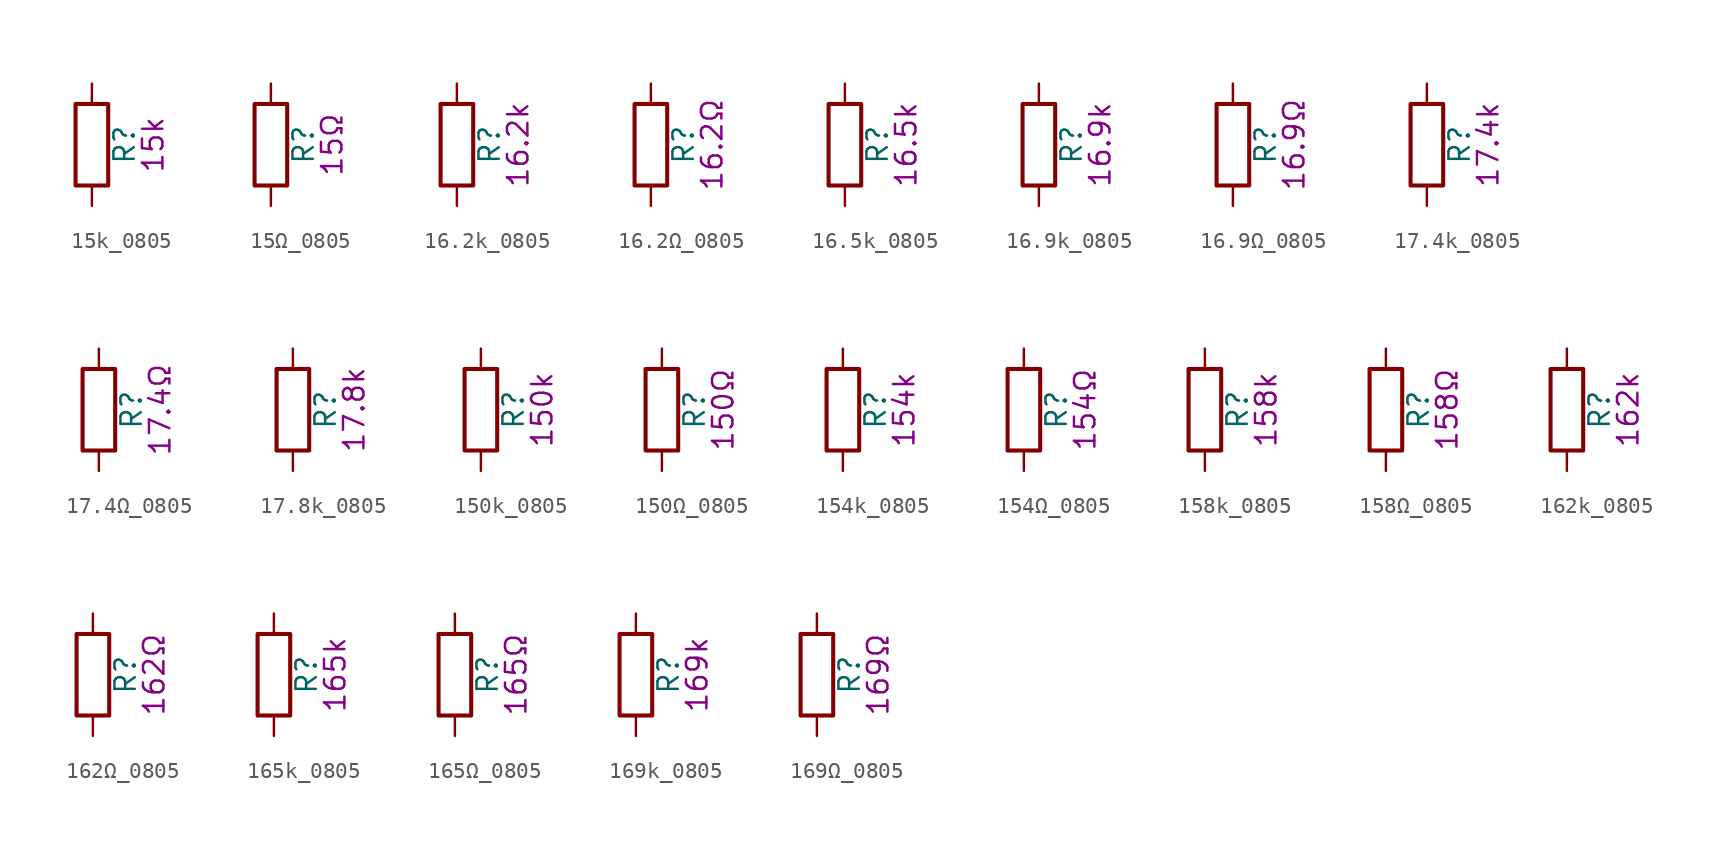
<source format=kicad_sym>
(kicad_symbol_lib
  (version 20211014)
  (generator kicad_symbol_editor)
  (symbol "15k_0805"
    (pin_numbers hide)
    (pin_names
      (offset 0))
    (property "Reference" "R"
      (at 2.032 0 90)
      (effects (font (size 1.27 1.27))))
    (property "Display" "15k"
      (at 3.81 0 90)
      (effects (font (size 1.27 1.27))))
    (symbol "15k_0805_0_1"
      (rectangle (start -1.016 -2.54) (end 1.016 2.54) (stroke (width 0.254) (type default) (color 0 0 0 0)) (fill (type none))))
    (symbol "15k_0805_1_1"
      (pin passive line (at 0 3.81 270) (length 1.27) (name "~" (effects (font (size 1.27 1.27)))) (number "1" (effects (font (size 1.27 1.27)))))
      (pin passive line (at 0 -3.81 90) (length 1.27) (name "~" (effects (font (size 1.27 1.27)))) (number "2" (effects (font (size 1.27 1.27)))))))
  (symbol "15Ω_0805"
    (pin_numbers hide)
    (pin_names
      (offset 0))
    (property "Reference" "R"
      (at 2.032 0 90)
      (effects (font (size 1.27 1.27))))
    (property "Display" "15Ω"
      (at 3.81 0 90)
      (effects (font (size 1.27 1.27))))
    (symbol "15Ω_0805_0_1"
      (rectangle (start -1.016 -2.54) (end 1.016 2.54) (stroke (width 0.254) (type default) (color 0 0 0 0)) (fill (type none))))
    (symbol "15Ω_0805_1_1"
      (pin passive line (at 0 3.81 270) (length 1.27) (name "~" (effects (font (size 1.27 1.27)))) (number "1" (effects (font (size 1.27 1.27)))))
      (pin passive line (at 0 -3.81 90) (length 1.27) (name "~" (effects (font (size 1.27 1.27)))) (number "2" (effects (font (size 1.27 1.27)))))))
  (symbol "16.2k_0805"
    (pin_numbers hide)
    (pin_names
      (offset 0))
    (property "Reference" "R"
      (at 2.032 0 90)
      (effects (font (size 1.27 1.27))))
    (property "Display" "16.2k"
      (at 3.81 0 90)
      (effects (font (size 1.27 1.27))))
    (symbol "16.2k_0805_0_1"
      (rectangle (start -1.016 -2.54) (end 1.016 2.54) (stroke (width 0.254) (type default) (color 0 0 0 0)) (fill (type none))))
    (symbol "16.2k_0805_1_1"
      (pin passive line (at 0 3.81 270) (length 1.27) (name "~" (effects (font (size 1.27 1.27)))) (number "1" (effects (font (size 1.27 1.27)))))
      (pin passive line (at 0 -3.81 90) (length 1.27) (name "~" (effects (font (size 1.27 1.27)))) (number "2" (effects (font (size 1.27 1.27)))))))
  (symbol "16.2Ω_0805"
    (pin_numbers hide)
    (pin_names
      (offset 0))
    (property "Reference" "R"
      (at 2.032 0 90)
      (effects (font (size 1.27 1.27))))
    (property "Display" "16.2Ω"
      (at 3.81 0 90)
      (effects (font (size 1.27 1.27))))
    (symbol "16.2Ω_0805_0_1"
      (rectangle (start -1.016 -2.54) (end 1.016 2.54) (stroke (width 0.254) (type default) (color 0 0 0 0)) (fill (type none))))
    (symbol "16.2Ω_0805_1_1"
      (pin passive line (at 0 3.81 270) (length 1.27) (name "~" (effects (font (size 1.27 1.27)))) (number "1" (effects (font (size 1.27 1.27)))))
      (pin passive line (at 0 -3.81 90) (length 1.27) (name "~" (effects (font (size 1.27 1.27)))) (number "2" (effects (font (size 1.27 1.27)))))))
  (symbol "16.5k_0805"
    (pin_numbers hide)
    (pin_names
      (offset 0))
    (property "Reference" "R"
      (at 2.032 0 90)
      (effects (font (size 1.27 1.27))))
    (property "Display" "16.5k"
      (at 3.81 0 90)
      (effects (font (size 1.27 1.27))))
    (symbol "16.5k_0805_0_1"
      (rectangle (start -1.016 -2.54) (end 1.016 2.54) (stroke (width 0.254) (type default) (color 0 0 0 0)) (fill (type none))))
    (symbol "16.5k_0805_1_1"
      (pin passive line (at 0 3.81 270) (length 1.27) (name "~" (effects (font (size 1.27 1.27)))) (number "1" (effects (font (size 1.27 1.27)))))
      (pin passive line (at 0 -3.81 90) (length 1.27) (name "~" (effects (font (size 1.27 1.27)))) (number "2" (effects (font (size 1.27 1.27)))))))
  (symbol "16.9k_0805"
    (pin_numbers hide)
    (pin_names
      (offset 0))
    (property "Reference" "R"
      (at 2.032 0 90)
      (effects (font (size 1.27 1.27))))
    (property "Display" "16.9k"
      (at 3.81 0 90)
      (effects (font (size 1.27 1.27))))
    (symbol "16.9k_0805_0_1"
      (rectangle (start -1.016 -2.54) (end 1.016 2.54) (stroke (width 0.254) (type default) (color 0 0 0 0)) (fill (type none))))
    (symbol "16.9k_0805_1_1"
      (pin passive line (at 0 3.81 270) (length 1.27) (name "~" (effects (font (size 1.27 1.27)))) (number "1" (effects (font (size 1.27 1.27)))))
      (pin passive line (at 0 -3.81 90) (length 1.27) (name "~" (effects (font (size 1.27 1.27)))) (number "2" (effects (font (size 1.27 1.27)))))))
  (symbol "16.9Ω_0805"
    (pin_numbers hide)
    (pin_names
      (offset 0))
    (property "Reference" "R"
      (at 2.032 0 90)
      (effects (font (size 1.27 1.27))))
    (property "Display" "16.9Ω"
      (at 3.81 0 90)
      (effects (font (size 1.27 1.27))))
    (symbol "16.9Ω_0805_0_1"
      (rectangle (start -1.016 -2.54) (end 1.016 2.54) (stroke (width 0.254) (type default) (color 0 0 0 0)) (fill (type none))))
    (symbol "16.9Ω_0805_1_1"
      (pin passive line (at 0 3.81 270) (length 1.27) (name "~" (effects (font (size 1.27 1.27)))) (number "1" (effects (font (size 1.27 1.27)))))
      (pin passive line (at 0 -3.81 90) (length 1.27) (name "~" (effects (font (size 1.27 1.27)))) (number "2" (effects (font (size 1.27 1.27)))))))
  (symbol "17.4k_0805"
    (pin_numbers hide)
    (pin_names
      (offset 0))
    (property "Reference" "R"
      (at 2.032 0 90)
      (effects (font (size 1.27 1.27))))
    (property "Display" "17.4k"
      (at 3.81 0 90)
      (effects (font (size 1.27 1.27))))
    (symbol "17.4k_0805_0_1"
      (rectangle (start -1.016 -2.54) (end 1.016 2.54) (stroke (width 0.254) (type default) (color 0 0 0 0)) (fill (type none))))
    (symbol "17.4k_0805_1_1"
      (pin passive line (at 0 3.81 270) (length 1.27) (name "~" (effects (font (size 1.27 1.27)))) (number "1" (effects (font (size 1.27 1.27)))))
      (pin passive line (at 0 -3.81 90) (length 1.27) (name "~" (effects (font (size 1.27 1.27)))) (number "2" (effects (font (size 1.27 1.27)))))))
  (symbol "17.4Ω_0805"
    (pin_numbers hide)
    (pin_names
      (offset 0))
    (property "Reference" "R"
      (at 2.032 0 90)
      (effects (font (size 1.27 1.27))))
    (property "Display" "17.4Ω"
      (at 3.81 0 90)
      (effects (font (size 1.27 1.27))))
    (symbol "17.4Ω_0805_0_1"
      (rectangle (start -1.016 -2.54) (end 1.016 2.54) (stroke (width 0.254) (type default) (color 0 0 0 0)) (fill (type none))))
    (symbol "17.4Ω_0805_1_1"
      (pin passive line (at 0 3.81 270) (length 1.27) (name "~" (effects (font (size 1.27 1.27)))) (number "1" (effects (font (size 1.27 1.27)))))
      (pin passive line (at 0 -3.81 90) (length 1.27) (name "~" (effects (font (size 1.27 1.27)))) (number "2" (effects (font (size 1.27 1.27)))))))
  (symbol "17.8k_0805"
    (pin_numbers hide)
    (pin_names
      (offset 0))
    (property "Reference" "R"
      (at 2.032 0 90)
      (effects (font (size 1.27 1.27))))
    (property "Display" "17.8k"
      (at 3.81 0 90)
      (effects (font (size 1.27 1.27))))
    (symbol "17.8k_0805_0_1"
      (rectangle (start -1.016 -2.54) (end 1.016 2.54) (stroke (width 0.254) (type default) (color 0 0 0 0)) (fill (type none))))
    (symbol "17.8k_0805_1_1"
      (pin passive line (at 0 3.81 270) (length 1.27) (name "~" (effects (font (size 1.27 1.27)))) (number "1" (effects (font (size 1.27 1.27)))))
      (pin passive line (at 0 -3.81 90) (length 1.27) (name "~" (effects (font (size 1.27 1.27)))) (number "2" (effects (font (size 1.27 1.27)))))))
  (symbol "150k_0805"
    (pin_numbers hide)
    (pin_names
      (offset 0))
    (property "Reference" "R"
      (at 2.032 0 90)
      (effects (font (size 1.27 1.27))))
    (property "Display" "150k"
      (at 3.81 0 90)
      (effects (font (size 1.27 1.27))))
    (symbol "150k_0805_0_1"
      (rectangle (start -1.016 -2.54) (end 1.016 2.54) (stroke (width 0.254) (type default) (color 0 0 0 0)) (fill (type none))))
    (symbol "150k_0805_1_1"
      (pin passive line (at 0 3.81 270) (length 1.27) (name "~" (effects (font (size 1.27 1.27)))) (number "1" (effects (font (size 1.27 1.27)))))
      (pin passive line (at 0 -3.81 90) (length 1.27) (name "~" (effects (font (size 1.27 1.27)))) (number "2" (effects (font (size 1.27 1.27)))))))
  (symbol "150Ω_0805"
    (pin_numbers hide)
    (pin_names
      (offset 0))
    (property "Reference" "R"
      (at 2.032 0 90)
      (effects (font (size 1.27 1.27))))
    (property "Display" "150Ω"
      (at 3.81 0 90)
      (effects (font (size 1.27 1.27))))
    (symbol "150Ω_0805_0_1"
      (rectangle (start -1.016 -2.54) (end 1.016 2.54) (stroke (width 0.254) (type default) (color 0 0 0 0)) (fill (type none))))
    (symbol "150Ω_0805_1_1"
      (pin passive line (at 0 3.81 270) (length 1.27) (name "~" (effects (font (size 1.27 1.27)))) (number "1" (effects (font (size 1.27 1.27)))))
      (pin passive line (at 0 -3.81 90) (length 1.27) (name "~" (effects (font (size 1.27 1.27)))) (number "2" (effects (font (size 1.27 1.27)))))))
  (symbol "154k_0805"
    (pin_numbers hide)
    (pin_names
      (offset 0))
    (property "Reference" "R"
      (at 2.032 0 90)
      (effects (font (size 1.27 1.27))))
    (property "Display" "154k"
      (at 3.81 0 90)
      (effects (font (size 1.27 1.27))))
    (symbol "154k_0805_0_1"
      (rectangle (start -1.016 -2.54) (end 1.016 2.54) (stroke (width 0.254) (type default) (color 0 0 0 0)) (fill (type none))))
    (symbol "154k_0805_1_1"
      (pin passive line (at 0 3.81 270) (length 1.27) (name "~" (effects (font (size 1.27 1.27)))) (number "1" (effects (font (size 1.27 1.27)))))
      (pin passive line (at 0 -3.81 90) (length 1.27) (name "~" (effects (font (size 1.27 1.27)))) (number "2" (effects (font (size 1.27 1.27)))))))
  (symbol "154Ω_0805"
    (pin_numbers hide)
    (pin_names
      (offset 0))
    (property "Reference" "R"
      (at 2.032 0 90)
      (effects (font (size 1.27 1.27))))
    (property "Display" "154Ω"
      (at 3.81 0 90)
      (effects (font (size 1.27 1.27))))
    (symbol "154Ω_0805_0_1"
      (rectangle (start -1.016 -2.54) (end 1.016 2.54) (stroke (width 0.254) (type default) (color 0 0 0 0)) (fill (type none))))
    (symbol "154Ω_0805_1_1"
      (pin passive line (at 0 3.81 270) (length 1.27) (name "~" (effects (font (size 1.27 1.27)))) (number "1" (effects (font (size 1.27 1.27)))))
      (pin passive line (at 0 -3.81 90) (length 1.27) (name "~" (effects (font (size 1.27 1.27)))) (number "2" (effects (font (size 1.27 1.27)))))))
  (symbol "158k_0805"
    (pin_numbers hide)
    (pin_names
      (offset 0))
    (property "Reference" "R"
      (at 2.032 0 90)
      (effects (font (size 1.27 1.27))))
    (property "Display" "158k"
      (at 3.81 0 90)
      (effects (font (size 1.27 1.27))))
    (symbol "158k_0805_0_1"
      (rectangle (start -1.016 -2.54) (end 1.016 2.54) (stroke (width 0.254) (type default) (color 0 0 0 0)) (fill (type none))))
    (symbol "158k_0805_1_1"
      (pin passive line (at 0 3.81 270) (length 1.27) (name "~" (effects (font (size 1.27 1.27)))) (number "1" (effects (font (size 1.27 1.27)))))
      (pin passive line (at 0 -3.81 90) (length 1.27) (name "~" (effects (font (size 1.27 1.27)))) (number "2" (effects (font (size 1.27 1.27)))))))
  (symbol "158Ω_0805"
    (pin_numbers hide)
    (pin_names
      (offset 0))
    (property "Reference" "R"
      (at 2.032 0 90)
      (effects (font (size 1.27 1.27))))
    (property "Display" "158Ω"
      (at 3.81 0 90)
      (effects (font (size 1.27 1.27))))
    (symbol "158Ω_0805_0_1"
      (rectangle (start -1.016 -2.54) (end 1.016 2.54) (stroke (width 0.254) (type default) (color 0 0 0 0)) (fill (type none))))
    (symbol "158Ω_0805_1_1"
      (pin passive line (at 0 3.81 270) (length 1.27) (name "~" (effects (font (size 1.27 1.27)))) (number "1" (effects (font (size 1.27 1.27)))))
      (pin passive line (at 0 -3.81 90) (length 1.27) (name "~" (effects (font (size 1.27 1.27)))) (number "2" (effects (font (size 1.27 1.27)))))))
  (symbol "162k_0805"
    (pin_numbers hide)
    (pin_names
      (offset 0))
    (property "Reference" "R"
      (at 2.032 0 90)
      (effects (font (size 1.27 1.27))))
    (property "Display" "162k"
      (at 3.81 0 90)
      (effects (font (size 1.27 1.27))))
    (symbol "162k_0805_0_1"
      (rectangle (start -1.016 -2.54) (end 1.016 2.54) (stroke (width 0.254) (type default) (color 0 0 0 0)) (fill (type none))))
    (symbol "162k_0805_1_1"
      (pin passive line (at 0 3.81 270) (length 1.27) (name "~" (effects (font (size 1.27 1.27)))) (number "1" (effects (font (size 1.27 1.27)))))
      (pin passive line (at 0 -3.81 90) (length 1.27) (name "~" (effects (font (size 1.27 1.27)))) (number "2" (effects (font (size 1.27 1.27)))))))
  (symbol "162Ω_0805"
    (pin_numbers hide)
    (pin_names
      (offset 0))
    (property "Reference" "R"
      (at 2.032 0 90)
      (effects (font (size 1.27 1.27))))
    (property "Display" "162Ω"
      (at 3.81 0 90)
      (effects (font (size 1.27 1.27))))
    (symbol "162Ω_0805_0_1"
      (rectangle (start -1.016 -2.54) (end 1.016 2.54) (stroke (width 0.254) (type default) (color 0 0 0 0)) (fill (type none))))
    (symbol "162Ω_0805_1_1"
      (pin passive line (at 0 3.81 270) (length 1.27) (name "~" (effects (font (size 1.27 1.27)))) (number "1" (effects (font (size 1.27 1.27)))))
      (pin passive line (at 0 -3.81 90) (length 1.27) (name "~" (effects (font (size 1.27 1.27)))) (number "2" (effects (font (size 1.27 1.27)))))))
  (symbol "165k_0805"
    (pin_numbers hide)
    (pin_names
      (offset 0))
    (property "Reference" "R"
      (at 2.032 0 90)
      (effects (font (size 1.27 1.27))))
    (property "Display" "165k"
      (at 3.81 0 90)
      (effects (font (size 1.27 1.27))))
    (symbol "165k_0805_0_1"
      (rectangle (start -1.016 -2.54) (end 1.016 2.54) (stroke (width 0.254) (type default) (color 0 0 0 0)) (fill (type none))))
    (symbol "165k_0805_1_1"
      (pin passive line (at 0 3.81 270) (length 1.27) (name "~" (effects (font (size 1.27 1.27)))) (number "1" (effects (font (size 1.27 1.27)))))
      (pin passive line (at 0 -3.81 90) (length 1.27) (name "~" (effects (font (size 1.27 1.27)))) (number "2" (effects (font (size 1.27 1.27)))))))
  (symbol "165Ω_0805"
    (pin_numbers hide)
    (pin_names
      (offset 0))
    (property "Reference" "R"
      (at 2.032 0 90)
      (effects (font (size 1.27 1.27))))
    (property "Display" "165Ω"
      (at 3.81 0 90)
      (effects (font (size 1.27 1.27))))
    (symbol "165Ω_0805_0_1"
      (rectangle (start -1.016 -2.54) (end 1.016 2.54) (stroke (width 0.254) (type default) (color 0 0 0 0)) (fill (type none))))
    (symbol "165Ω_0805_1_1"
      (pin passive line (at 0 3.81 270) (length 1.27) (name "~" (effects (font (size 1.27 1.27)))) (number "1" (effects (font (size 1.27 1.27)))))
      (pin passive line (at 0 -3.81 90) (length 1.27) (name "~" (effects (font (size 1.27 1.27)))) (number "2" (effects (font (size 1.27 1.27)))))))
  (symbol "169k_0805"
    (pin_numbers hide)
    (pin_names
      (offset 0))
    (property "Reference" "R"
      (at 2.032 0 90)
      (effects (font (size 1.27 1.27))))
    (property "Display" "169k"
      (at 3.81 0 90)
      (effects (font (size 1.27 1.27))))
    (symbol "169k_0805_0_1"
      (rectangle (start -1.016 -2.54) (end 1.016 2.54) (stroke (width 0.254) (type default) (color 0 0 0 0)) (fill (type none))))
    (symbol "169k_0805_1_1"
      (pin passive line (at 0 3.81 270) (length 1.27) (name "~" (effects (font (size 1.27 1.27)))) (number "1" (effects (font (size 1.27 1.27)))))
      (pin passive line (at 0 -3.81 90) (length 1.27) (name "~" (effects (font (size 1.27 1.27)))) (number "2" (effects (font (size 1.27 1.27)))))))
  (symbol "169Ω_0805"
    (pin_numbers hide)
    (pin_names
      (offset 0))
    (property "Reference" "R"
      (at 2.032 0 90)
      (effects (font (size 1.27 1.27))))
    (property "Display" "169Ω"
      (at 3.81 0 90)
      (effects (font (size 1.27 1.27))))
    (symbol "169Ω_0805_0_1"
      (rectangle (start -1.016 -2.54) (end 1.016 2.54) (stroke (width 0.254) (type default) (color 0 0 0 0)) (fill (type none))))
    (symbol "169Ω_0805_1_1"
      (pin passive line (at 0 3.81 270) (length 1.27) (name "~" (effects (font (size 1.27 1.27)))) (number "1" (effects (font (size 1.27 1.27)))))
      (pin passive line (at 0 -3.81 90) (length 1.27) (name "~" (effects (font (size 1.27 1.27)))) (number "2" (effects (font (size 1.27 1.27))))))))
</source>
